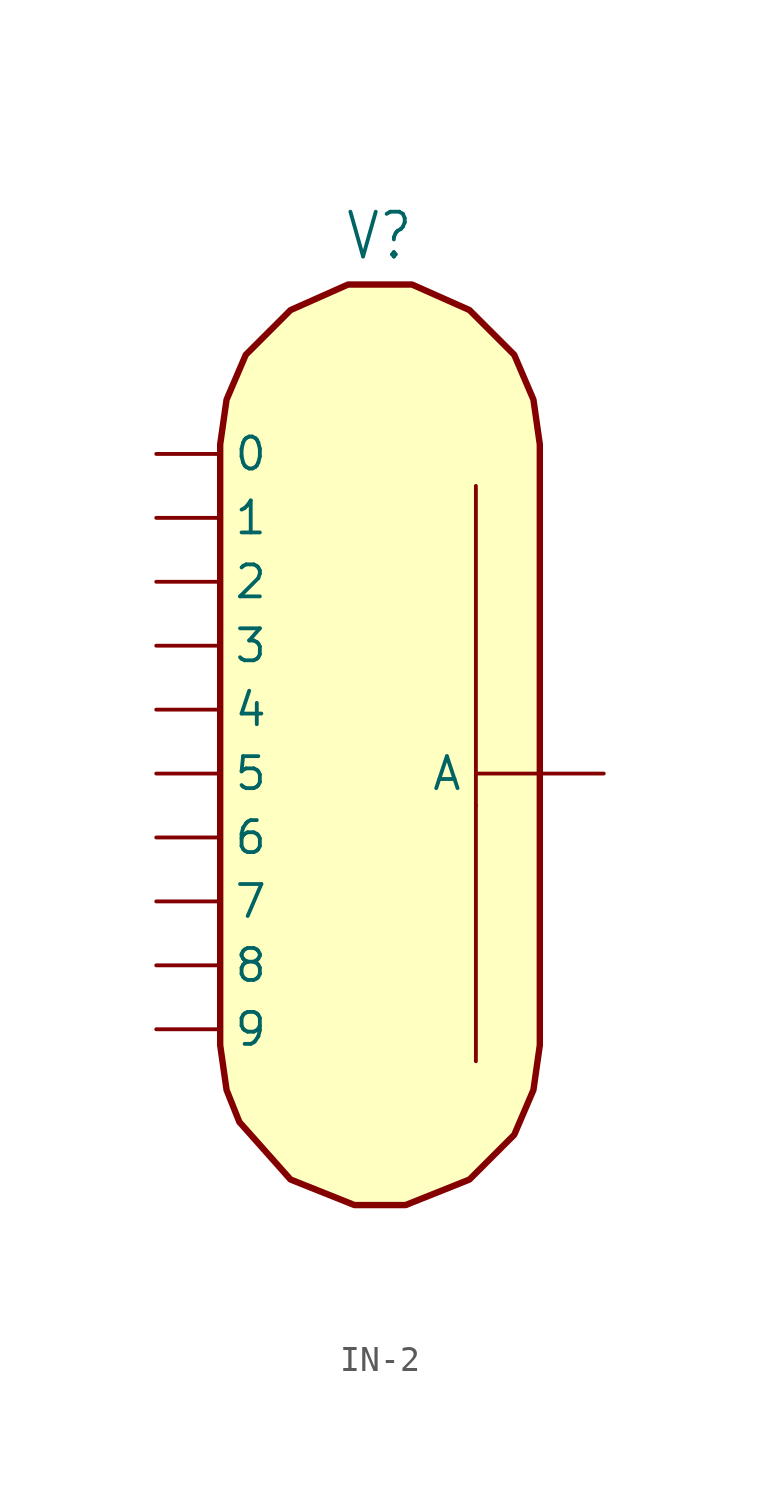
<source format=kicad_sym>
(kicad_symbol_lib
  (version 20220914)
  (generator kicad_symbol_editor)
  (symbol "IN-2"
    (property "Reference" "V"
      (at -1.295 20.32 0)
      (effects (font (size 1.778 1.511)) (justify bottom)))
    (property "Value" ""
      (at -1.27 -17.78 0)
      (effects (font (size 1.676 1.425)) (justify top)))
    (property "ki_locked" ""
      (at 0 0 0)
      (effects (font (size 1.27 1.27))))
    (symbol "IN-2_1_0"
      (polyline (pts (xy 2.54 -1.27) (xy 2.54 -11.43)) (stroke (width 0) (type solid)) (fill (type none)))
      (polyline (pts (xy 2.54 -1.27) (xy 2.54 11.43)) (stroke (width 0) (type solid)) (fill (type none)))
      (polyline (pts (xy -7.62 -10.795) (xy -7.62 13.081) (xy -7.366 14.859) (xy -6.604 16.637) (xy -4.826 18.415) (xy -2.54 19.431) (xy -1.27 19.431) (xy 0 19.431) (xy 2.286 18.415) (xy 4.064 16.637) (xy 4.826 14.859) (xy 5.08 13.081) (xy 5.08 -10.795) (xy 4.826 -12.573) (xy 4.064 -14.351) (xy 2.286 -16.129) (xy -0.254 -17.145) (xy -2.286 -17.145) (xy -4.826 -16.129) (xy -6.858 -13.843) (xy -7.366 -12.573) (xy -7.62 -10.795)) (stroke (width 0.254) (type default)) (fill (type background)))
      (pin bidirectional line (at -10.16 12.7 0) (length 2.54) (name "0" (effects (font (size 1.27 1.27)))) (number "0" (effects (font (size 0 0)))))
      (pin bidirectional line (at -10.16 10.16 0) (length 2.54) (name "1" (effects (font (size 1.27 1.27)))) (number "1" (effects (font (size 0 0)))))
      (pin bidirectional line (at -10.16 7.62 0) (length 2.54) (name "2" (effects (font (size 1.27 1.27)))) (number "2" (effects (font (size 0 0)))))
      (pin bidirectional line (at -10.16 5.08 0) (length 2.54) (name "3" (effects (font (size 1.27 1.27)))) (number "3" (effects (font (size 0 0)))))
      (pin bidirectional line (at -10.16 2.54 0) (length 2.54) (name "4" (effects (font (size 1.27 1.27)))) (number "4" (effects (font (size 0 0)))))
      (pin bidirectional line (at -10.16 0 0) (length 2.54) (name "5" (effects (font (size 1.27 1.27)))) (number "5" (effects (font (size 0 0)))))
      (pin bidirectional line (at -10.16 -2.54 0) (length 2.54) (name "6" (effects (font (size 1.27 1.27)))) (number "6" (effects (font (size 0 0)))))
      (pin bidirectional line (at -10.16 -5.08 0) (length 2.54) (name "7" (effects (font (size 1.27 1.27)))) (number "7" (effects (font (size 0 0)))))
      (pin bidirectional line (at -10.16 -7.62 0) (length 2.54) (name "8" (effects (font (size 1.27 1.27)))) (number "8" (effects (font (size 0 0)))))
      (pin bidirectional line (at -10.16 -10.16 0) (length 2.54) (name "9" (effects (font (size 1.27 1.27)))) (number "9" (effects (font (size 0 0)))))
      (pin power_in line (at 7.62 0 180) (length 5.08) (name "A" (effects (font (size 1.27 1.27)))) (number "A" (effects (font (size 0 0))))))))
</source>
